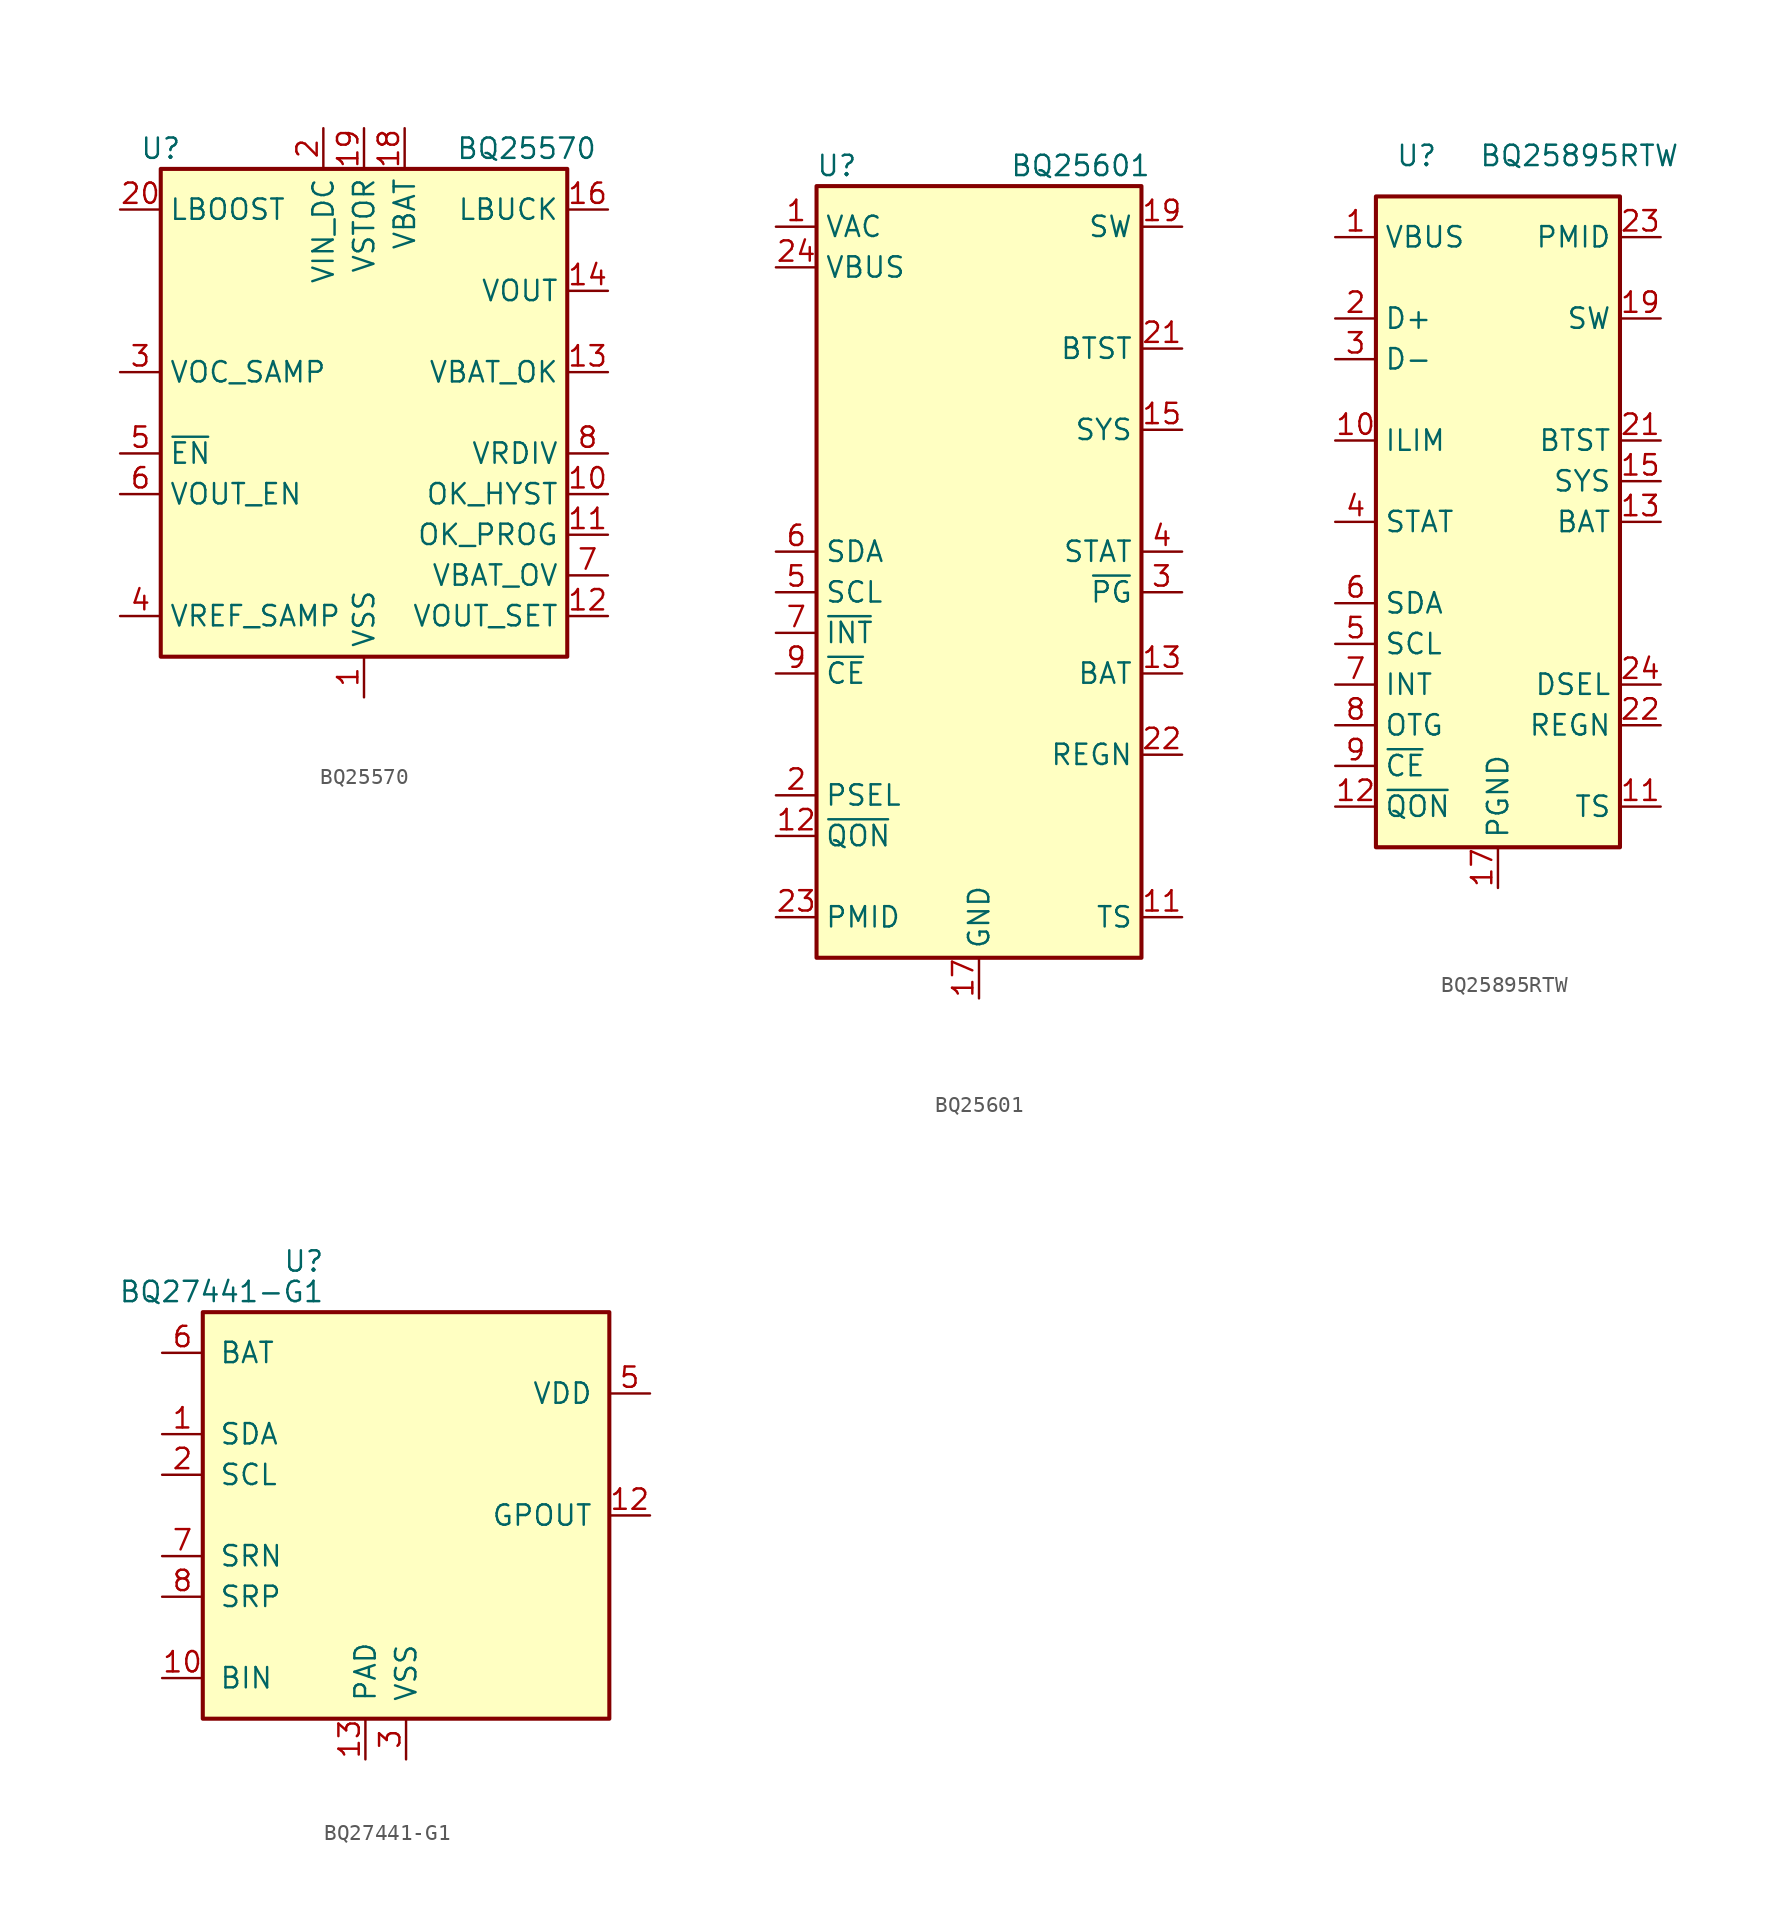
<source format=kicad_sym>
(kicad_symbol_lib
  (version 20201005)
  (generator kicad_symbol_editor)
  (symbol "Battery_Management:BQ25570"
    (property "Reference" "U"
      (at -12.7 16.51 0)
      (effects (font (size 1.27 1.27))))
    (property "Value" "BQ25570"
      (at 10.16 16.51 0)
      (effects (font (size 1.27 1.27))))
    (symbol "BQ25570_0_1"
      (rectangle (start -12.7 15.24) (end 12.7 -15.24) (stroke (width 0.254)) (fill (type background))))
    (symbol "BQ25570_1_1"
      (pin power_in line (at 0 -17.78 90) (length 2.54) (name "VSS" (effects (font (size 1.27 1.27)))) (number "1" (effects (font (size 1.27 1.27)))))
      (pin input line (at 15.24 -5.08 180) (length 2.54) (name "OK_HYST" (effects (font (size 1.27 1.27)))) (number "10" (effects (font (size 1.27 1.27)))))
      (pin input line (at 15.24 -7.62 180) (length 2.54) (name "OK_PROG" (effects (font (size 1.27 1.27)))) (number "11" (effects (font (size 1.27 1.27)))))
      (pin input line (at 15.24 -12.7 180) (length 2.54) (name "VOUT_SET" (effects (font (size 1.27 1.27)))) (number "12" (effects (font (size 1.27 1.27)))))
      (pin output line (at 15.24 2.54 180) (length 2.54) (name "VBAT_OK" (effects (font (size 1.27 1.27)))) (number "13" (effects (font (size 1.27 1.27)))))
      (pin input line (at 15.24 7.62 180) (length 2.54) (name "VOUT" (effects (font (size 1.27 1.27)))) (number "14" (effects (font (size 1.27 1.27)))))
      (pin passive line (at 0 -17.78 90) (length 2.54) hide (name "VSS" (effects (font (size 1.27 1.27)))) (number "15" (effects (font (size 1.27 1.27)))))
      (pin passive line (at 15.24 12.7 180) (length 2.54) (name "LBUCK" (effects (font (size 1.27 1.27)))) (number "16" (effects (font (size 1.27 1.27)))))
      (pin passive line (at 0 -17.78 90) (length 2.54) hide (name "VSS" (effects (font (size 1.27 1.27)))) (number "17" (effects (font (size 1.27 1.27)))))
      (pin power_in line (at 2.54 17.78 270) (length 2.54) (name "VBAT" (effects (font (size 1.27 1.27)))) (number "18" (effects (font (size 1.27 1.27)))))
      (pin power_out line (at 0 17.78 270) (length 2.54) (name "VSTOR" (effects (font (size 1.27 1.27)))) (number "19" (effects (font (size 1.27 1.27)))))
      (pin power_in line (at -2.54 17.78 270) (length 2.54) (name "VIN_DC" (effects (font (size 1.27 1.27)))) (number "2" (effects (font (size 1.27 1.27)))))
      (pin passive line (at -15.24 12.7 0) (length 2.54) (name "LBOOST" (effects (font (size 1.27 1.27)))) (number "20" (effects (font (size 1.27 1.27)))))
      (pin passive line (at 0 -17.78 90) (length 2.54) hide (name "VSS" (effects (font (size 1.27 1.27)))) (number "21" (effects (font (size 1.27 1.27)))))
      (pin input line (at -15.24 2.54 0) (length 2.54) (name "VOC_SAMP" (effects (font (size 1.27 1.27)))) (number "3" (effects (font (size 1.27 1.27)))))
      (pin passive line (at -15.24 -12.7 0) (length 2.54) (name "VREF_SAMP" (effects (font (size 1.27 1.27)))) (number "4" (effects (font (size 1.27 1.27)))))
      (pin input line (at -15.24 -2.54 0) (length 2.54) (name "~EN" (effects (font (size 1.27 1.27)))) (number "5" (effects (font (size 1.27 1.27)))))
      (pin input line (at -15.24 -5.08 0) (length 2.54) (name "VOUT_EN" (effects (font (size 1.27 1.27)))) (number "6" (effects (font (size 1.27 1.27)))))
      (pin input line (at 15.24 -10.16 180) (length 2.54) (name "VBAT_OV" (effects (font (size 1.27 1.27)))) (number "7" (effects (font (size 1.27 1.27)))))
      (pin output line (at 15.24 -2.54 180) (length 2.54) (name "VRDIV" (effects (font (size 1.27 1.27)))) (number "8" (effects (font (size 1.27 1.27)))))
      (pin passive line (at 0 -17.78 90) (length 2.54) hide (name "VSS" (effects (font (size 1.27 1.27)))) (number "9" (effects (font (size 1.27 1.27)))))))
  (symbol "Battery_Management:BQ25601"
    (property "Reference" "U"
      (at -8.89 26.67 0)
      (effects (font (size 1.27 1.27))))
    (property "Value" "BQ25601"
      (at 6.35 26.67 0)
      (effects (font (size 1.27 1.27))))
    (symbol "BQ25601_0_1"
      (rectangle (start -10.16 -22.86) (end 10.16 25.4) (stroke (width 0.254)) (fill (type background))))
    (symbol "BQ25601_1_1"
      (pin input line (at -12.7 22.86 0) (length 2.54) (name "VAC" (effects (font (size 1.27 1.27)))) (number "1" (effects (font (size 1.27 1.27)))))
      (pin no_connect line (at -10.16 12.7 0) (length 2.54) hide (name "NC" (effects (font (size 1.27 1.27)))) (number "10" (effects (font (size 1.27 1.27)))))
      (pin passive line (at 12.7 -20.32 180) (length 2.54) (name "TS" (effects (font (size 1.27 1.27)))) (number "11" (effects (font (size 1.27 1.27)))))
      (pin input line (at -12.7 -15.24 0) (length 2.54) (name "~QON" (effects (font (size 1.27 1.27)))) (number "12" (effects (font (size 1.27 1.27)))))
      (pin power_in line (at 12.7 -5.08 180) (length 2.54) (name "BAT" (effects (font (size 1.27 1.27)))) (number "13" (effects (font (size 1.27 1.27)))))
      (pin passive line (at 12.7 -5.08 180) (length 2.54) hide (name "BAT" (effects (font (size 1.27 1.27)))) (number "14" (effects (font (size 1.27 1.27)))))
      (pin passive line (at 12.7 10.16 180) (length 2.54) (name "SYS" (effects (font (size 1.27 1.27)))) (number "15" (effects (font (size 1.27 1.27)))))
      (pin passive line (at 12.7 10.16 180) (length 2.54) hide (name "SYS" (effects (font (size 1.27 1.27)))) (number "16" (effects (font (size 1.27 1.27)))))
      (pin power_in line (at 0 -25.4 90) (length 2.54) (name "GND" (effects (font (size 1.27 1.27)))) (number "17" (effects (font (size 1.27 1.27)))))
      (pin passive line (at 0 -25.4 90) (length 2.54) hide (name "GND" (effects (font (size 1.27 1.27)))) (number "18" (effects (font (size 1.27 1.27)))))
      (pin passive line (at 12.7 22.86 180) (length 2.54) (name "SW" (effects (font (size 1.27 1.27)))) (number "19" (effects (font (size 1.27 1.27)))))
      (pin input line (at -12.7 -12.7 0) (length 2.54) (name "PSEL" (effects (font (size 1.27 1.27)))) (number "2" (effects (font (size 1.27 1.27)))))
      (pin passive line (at 12.7 22.86 180) (length 2.54) hide (name "SW" (effects (font (size 1.27 1.27)))) (number "20" (effects (font (size 1.27 1.27)))))
      (pin input line (at 12.7 15.24 180) (length 2.54) (name "BTST" (effects (font (size 1.27 1.27)))) (number "21" (effects (font (size 1.27 1.27)))))
      (pin passive line (at 12.7 -10.16 180) (length 2.54) (name "REGN" (effects (font (size 1.27 1.27)))) (number "22" (effects (font (size 1.27 1.27)))))
      (pin passive line (at -12.7 -20.32 0) (length 2.54) (name "PMID" (effects (font (size 1.27 1.27)))) (number "23" (effects (font (size 1.27 1.27)))))
      (pin power_in line (at -12.7 20.32 0) (length 2.54) (name "VBUS" (effects (font (size 1.27 1.27)))) (number "24" (effects (font (size 1.27 1.27)))))
      (pin passive line (at 0 -25.4 90) (length 2.54) hide (name "GND" (effects (font (size 1.27 1.27)))) (number "25" (effects (font (size 1.27 1.27)))))
      (pin open_collector line (at 12.7 0 180) (length 2.54) (name "~PG" (effects (font (size 1.27 1.27)))) (number "3" (effects (font (size 1.27 1.27)))))
      (pin open_collector line (at 12.7 2.54 180) (length 2.54) (name "STAT" (effects (font (size 1.27 1.27)))) (number "4" (effects (font (size 1.27 1.27)))))
      (pin input line (at -12.7 0 0) (length 2.54) (name "SCL" (effects (font (size 1.27 1.27)))) (number "5" (effects (font (size 1.27 1.27)))))
      (pin bidirectional line (at -12.7 2.54 0) (length 2.54) (name "SDA" (effects (font (size 1.27 1.27)))) (number "6" (effects (font (size 1.27 1.27)))))
      (pin open_collector line (at -12.7 -2.54 0) (length 2.54) (name "~INT" (effects (font (size 1.27 1.27)))) (number "7" (effects (font (size 1.27 1.27)))))
      (pin no_connect line (at -10.16 15.24 0) (length 2.54) hide (name "NC" (effects (font (size 1.27 1.27)))) (number "8" (effects (font (size 1.27 1.27)))))
      (pin input line (at -12.7 -5.08 0) (length 2.54) (name "~CE" (effects (font (size 1.27 1.27)))) (number "9" (effects (font (size 1.27 1.27)))))))
  (symbol "Battery_Management:BQ25895RTW"
    (property "Reference" "U"
      (at -5.08 22.86 0)
      (effects (font (size 1.27 1.27))))
    (property "Value" "BQ25895RTW"
      (at 5.08 22.86 0)
      (effects (font (size 1.27 1.27))))
    (symbol "BQ25895RTW_0_1"
      (rectangle (start -7.62 20.32) (end 7.62 -20.32) (stroke (width 0.254)) (fill (type background))))
    (symbol "BQ25895RTW_1_1"
      (pin power_in line (at -10.16 17.78 0) (length 2.54) (name "VBUS" (effects (font (size 1.27 1.27)))) (number "1" (effects (font (size 1.27 1.27)))))
      (pin passive line (at -10.16 5.08 0) (length 2.54) (name "ILIM" (effects (font (size 1.27 1.27)))) (number "10" (effects (font (size 1.27 1.27)))))
      (pin passive line (at 10.16 -17.78 180) (length 2.54) (name "TS" (effects (font (size 1.27 1.27)))) (number "11" (effects (font (size 1.27 1.27)))))
      (pin input line (at -10.16 -17.78 0) (length 2.54) (name "~QON" (effects (font (size 1.27 1.27)))) (number "12" (effects (font (size 1.27 1.27)))))
      (pin passive line (at 10.16 0 180) (length 2.54) (name "BAT" (effects (font (size 1.27 1.27)))) (number "13" (effects (font (size 1.27 1.27)))))
      (pin passive line (at 10.16 0 180) (length 2.54) hide (name "BAT" (effects (font (size 1.27 1.27)))) (number "14" (effects (font (size 1.27 1.27)))))
      (pin passive line (at 10.16 2.54 180) (length 2.54) (name "SYS" (effects (font (size 1.27 1.27)))) (number "15" (effects (font (size 1.27 1.27)))))
      (pin passive line (at 10.16 2.54 180) (length 2.54) hide (name "SYS" (effects (font (size 1.27 1.27)))) (number "16" (effects (font (size 1.27 1.27)))))
      (pin power_in line (at 0 -22.86 90) (length 2.54) (name "PGND" (effects (font (size 1.27 1.27)))) (number "17" (effects (font (size 1.27 1.27)))))
      (pin passive line (at 0 -22.86 90) (length 2.54) hide (name "PGND" (effects (font (size 1.27 1.27)))) (number "18" (effects (font (size 1.27 1.27)))))
      (pin power_out line (at 10.16 12.7 180) (length 2.54) (name "SW" (effects (font (size 1.27 1.27)))) (number "19" (effects (font (size 1.27 1.27)))))
      (pin bidirectional line (at -10.16 12.7 0) (length 2.54) (name "D+" (effects (font (size 1.27 1.27)))) (number "2" (effects (font (size 1.27 1.27)))))
      (pin passive line (at 10.16 12.7 180) (length 2.54) hide (name "SW" (effects (font (size 1.27 1.27)))) (number "20" (effects (font (size 1.27 1.27)))))
      (pin passive line (at 10.16 5.08 180) (length 2.54) (name "BTST" (effects (font (size 1.27 1.27)))) (number "21" (effects (font (size 1.27 1.27)))))
      (pin passive line (at 10.16 -12.7 180) (length 2.54) (name "REGN" (effects (font (size 1.27 1.27)))) (number "22" (effects (font (size 1.27 1.27)))))
      (pin power_out line (at 10.16 17.78 180) (length 2.54) (name "PMID" (effects (font (size 1.27 1.27)))) (number "23" (effects (font (size 1.27 1.27)))))
      (pin open_collector line (at 10.16 -10.16 180) (length 2.54) (name "DSEL" (effects (font (size 1.27 1.27)))) (number "24" (effects (font (size 1.27 1.27)))))
      (pin passive line (at 0 -22.86 90) (length 2.54) hide (name "PGND" (effects (font (size 1.27 1.27)))) (number "25" (effects (font (size 1.27 1.27)))))
      (pin bidirectional line (at -10.16 10.16 0) (length 2.54) (name "D-" (effects (font (size 1.27 1.27)))) (number "3" (effects (font (size 1.27 1.27)))))
      (pin open_collector line (at -10.16 0 0) (length 2.54) (name "STAT" (effects (font (size 1.27 1.27)))) (number "4" (effects (font (size 1.27 1.27)))))
      (pin input line (at -10.16 -7.62 0) (length 2.54) (name "SCL" (effects (font (size 1.27 1.27)))) (number "5" (effects (font (size 1.27 1.27)))))
      (pin bidirectional line (at -10.16 -5.08 0) (length 2.54) (name "SDA" (effects (font (size 1.27 1.27)))) (number "6" (effects (font (size 1.27 1.27)))))
      (pin open_collector line (at -10.16 -10.16 0) (length 2.54) (name "INT" (effects (font (size 1.27 1.27)))) (number "7" (effects (font (size 1.27 1.27)))))
      (pin input line (at -10.16 -12.7 0) (length 2.54) (name "OTG" (effects (font (size 1.27 1.27)))) (number "8" (effects (font (size 1.27 1.27)))))
      (pin input line (at -10.16 -15.24 0) (length 2.54) (name "~CE" (effects (font (size 1.27 1.27)))) (number "9" (effects (font (size 1.27 1.27)))))))
  (symbol "Battery_Management:BQ27441-G1"
    (pin_names
      (offset 1.016))
    (property "Reference" "U"
      (at -5.08 15.875 0)
      (effects (font (size 1.27 1.27)) (justify right)))
    (property "Value" "BQ27441-G1"
      (at -5.08 13.97 0)
      (effects (font (size 1.27 1.27)) (justify right)))
    (symbol "BQ27441-G1_0_1"
      (rectangle (start -12.7 12.7) (end 12.7 -12.7) (stroke (width 0.254)) (fill (type background))))
    (symbol "BQ27441-G1_1_1"
      (pin bidirectional line (at -15.24 5.08 0) (length 2.54) (name "SDA" (effects (font (size 1.27 1.27)))) (number "1" (effects (font (size 1.27 1.27)))))
      (pin input line (at -15.24 -10.16 0) (length 2.54) (name "BIN" (effects (font (size 1.27 1.27)))) (number "10" (effects (font (size 1.27 1.27)))))
      (pin no_connect line (at 10.16 -2.54 180) (length 2.54) hide (name "NC" (effects (font (size 1.27 1.27)))) (number "11" (effects (font (size 1.27 1.27)))))
      (pin output line (at 15.24 0 180) (length 2.54) (name "GPOUT" (effects (font (size 1.27 1.27)))) (number "12" (effects (font (size 1.27 1.27)))))
      (pin power_in line (at -2.54 -15.24 90) (length 2.54) (name "PAD" (effects (font (size 1.27 1.27)))) (number "13" (effects (font (size 1.27 1.27)))))
      (pin input line (at -15.24 2.54 0) (length 2.54) (name "SCL" (effects (font (size 1.27 1.27)))) (number "2" (effects (font (size 1.27 1.27)))))
      (pin power_in line (at 0 -15.24 90) (length 2.54) (name "VSS" (effects (font (size 1.27 1.27)))) (number "3" (effects (font (size 1.27 1.27)))))
      (pin no_connect line (at 10.16 -7.62 180) (length 2.54) hide (name "NC" (effects (font (size 1.27 1.27)))) (number "4" (effects (font (size 1.27 1.27)))))
      (pin power_out line (at 15.24 7.62 180) (length 2.54) (name "VDD" (effects (font (size 1.27 1.27)))) (number "5" (effects (font (size 1.27 1.27)))))
      (pin power_in line (at -15.24 10.16 0) (length 2.54) (name "BAT" (effects (font (size 1.27 1.27)))) (number "6" (effects (font (size 1.27 1.27)))))
      (pin input line (at -15.24 -2.54 0) (length 2.54) (name "SRN" (effects (font (size 1.27 1.27)))) (number "7" (effects (font (size 1.27 1.27)))))
      (pin input line (at -15.24 -5.08 0) (length 2.54) (name "SRP" (effects (font (size 1.27 1.27)))) (number "8" (effects (font (size 1.27 1.27)))))
      (pin no_connect line (at 10.16 -5.08 180) (length 2.54) hide (name "NC" (effects (font (size 1.27 1.27)))) (number "9" (effects (font (size 1.27 1.27))))))))
</source>
